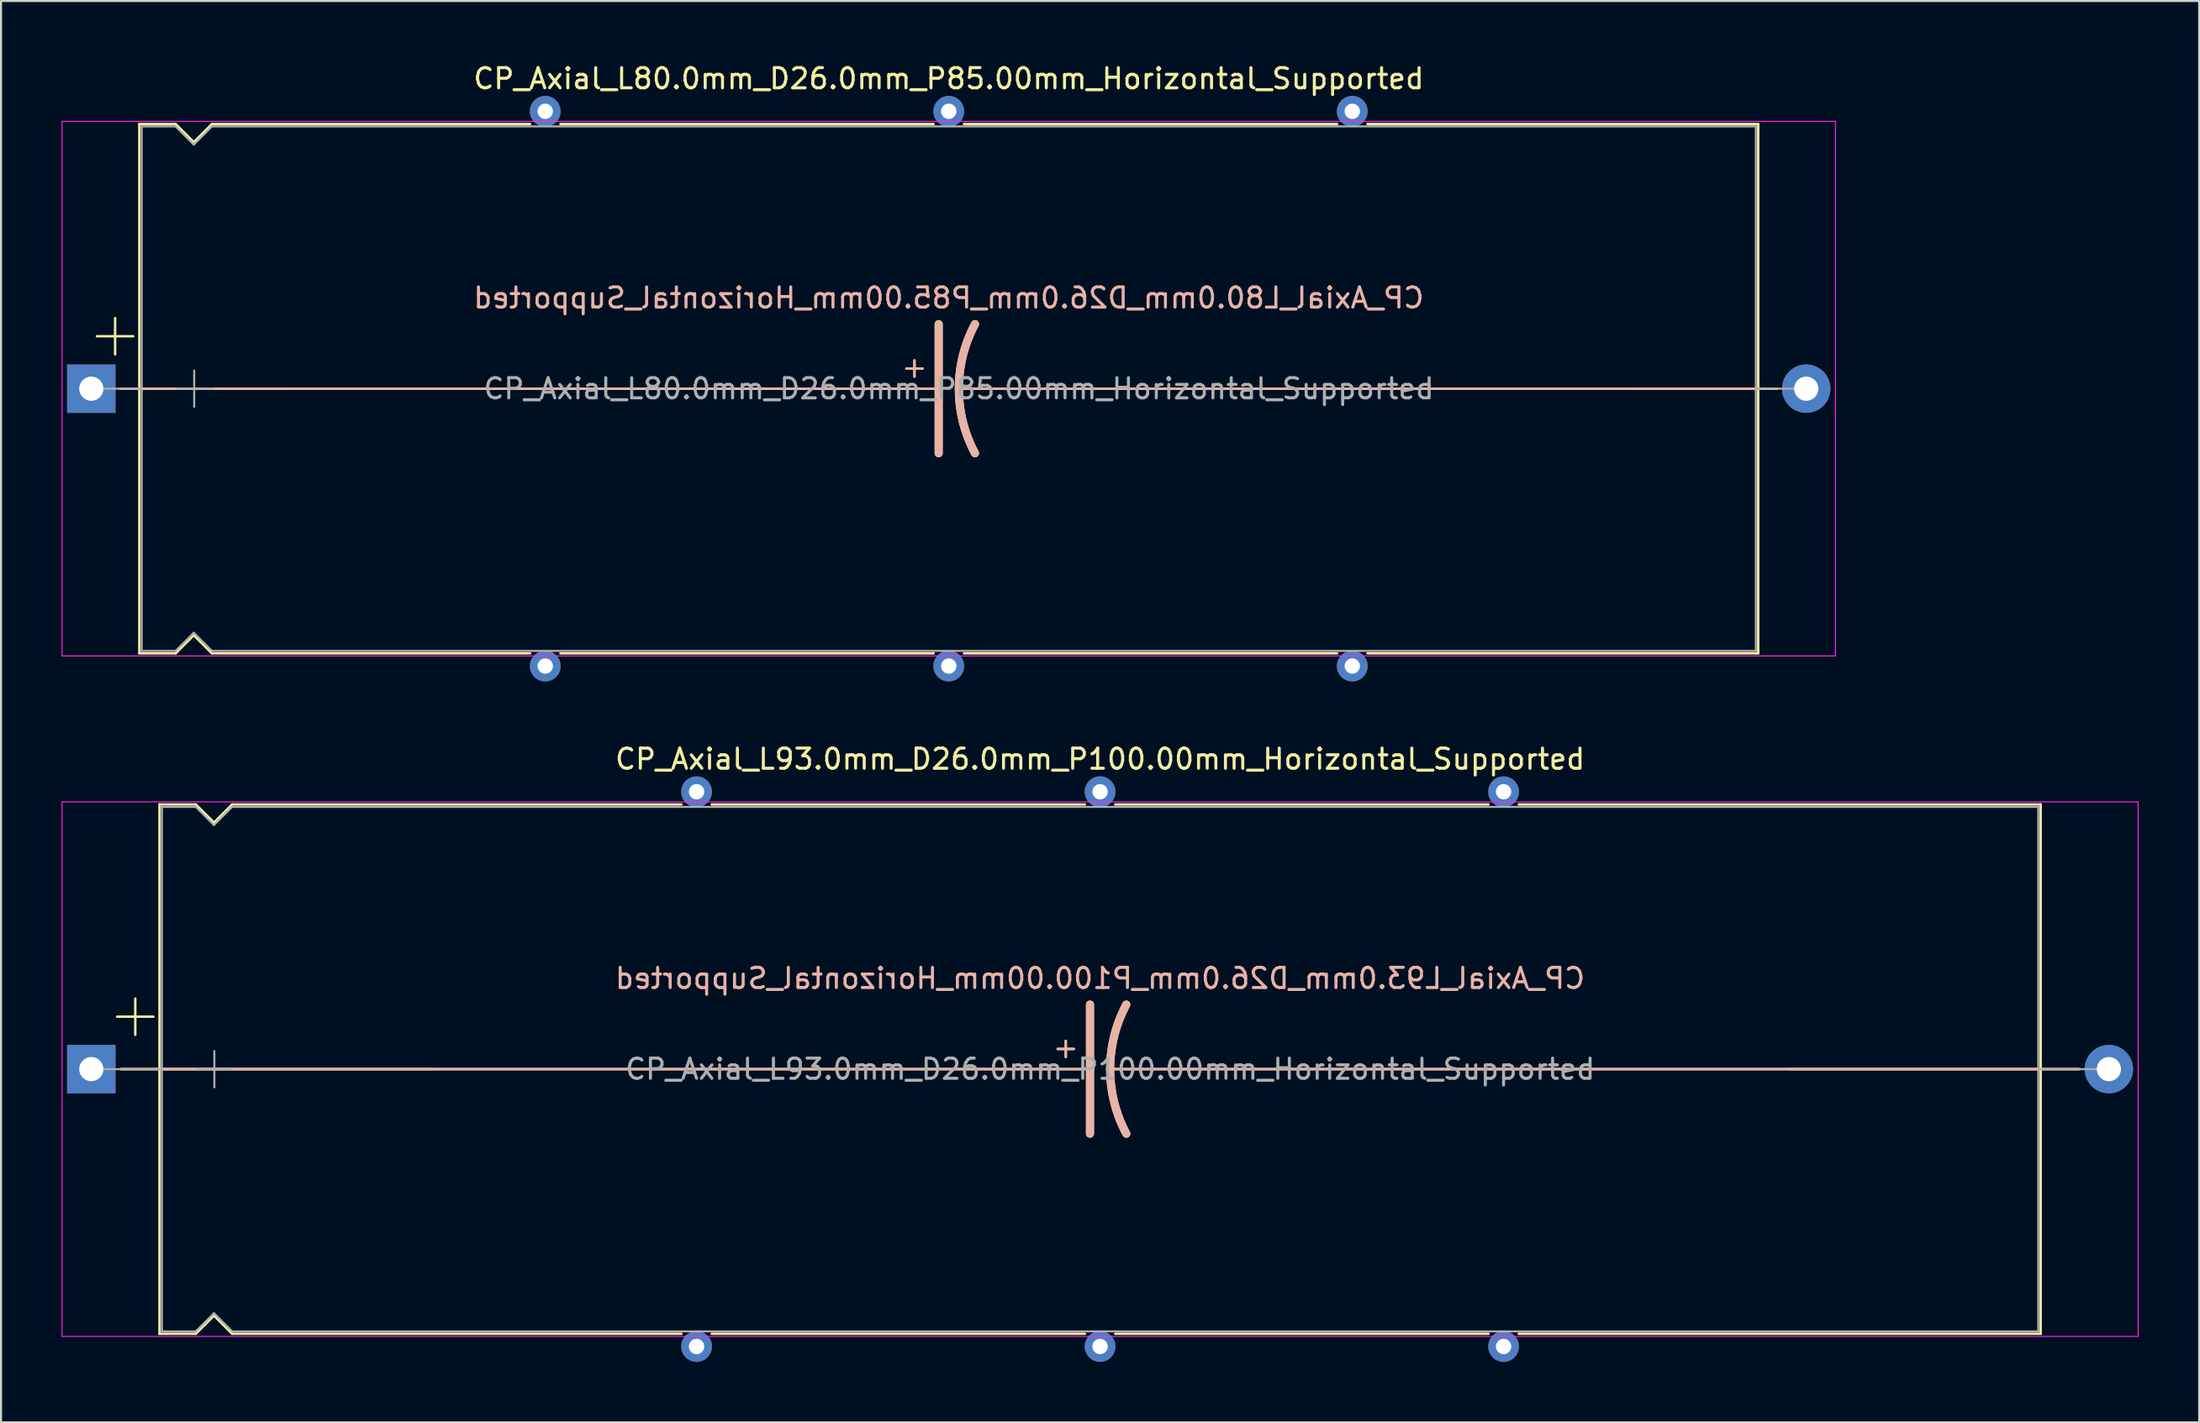
<source format=kicad_pcb>
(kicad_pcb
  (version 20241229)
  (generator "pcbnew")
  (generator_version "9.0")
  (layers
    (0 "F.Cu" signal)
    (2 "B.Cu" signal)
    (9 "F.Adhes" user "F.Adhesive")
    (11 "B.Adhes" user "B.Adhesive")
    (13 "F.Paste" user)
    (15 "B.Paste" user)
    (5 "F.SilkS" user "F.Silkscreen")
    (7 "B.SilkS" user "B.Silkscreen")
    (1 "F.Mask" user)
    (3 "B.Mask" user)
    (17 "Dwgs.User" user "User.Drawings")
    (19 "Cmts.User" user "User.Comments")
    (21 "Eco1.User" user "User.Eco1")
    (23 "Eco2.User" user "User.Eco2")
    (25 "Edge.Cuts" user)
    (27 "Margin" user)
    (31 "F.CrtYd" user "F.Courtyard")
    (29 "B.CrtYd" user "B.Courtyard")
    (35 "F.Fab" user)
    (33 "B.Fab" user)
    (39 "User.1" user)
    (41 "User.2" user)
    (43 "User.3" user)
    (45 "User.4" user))
  (footprint "CP_Axial_L93.0mm_D26.0mm_P100.00mm_Horizontal_Supported"
    (layer "F.Cu")
    (at 1.475 49.949)
    (property "Reference" "CP_Axial_L93.0mm_D26.0mm_P100.00mm_Horizontal_Supported" (at 50 -15.37 0) (layer "F.SilkS") (effects (font (size 1 1) (thickness 0.15))))
    (fp_line (start 1.28 -2.6) (end 3.08 -2.6) (stroke (width 0.12) (type solid)) (layer "F.SilkS"))
    (fp_line (start 1.44 0) (end 3.38 0) (stroke (width 0.12) (type solid)) (layer "F.SilkS"))
    (fp_line (start 2.18 -3.5) (end 2.18 -1.7) (stroke (width 0.12) (type solid)) (layer "F.SilkS"))
    (fp_line (start 3.38 -13.12) (end 3.38 13.12) (stroke (width 0.12) (type solid)) (layer "F.SilkS"))
    (fp_line (start 3.38 -13.12) (end 5.18 -13.12) (stroke (width 0.12) (type solid)) (layer "F.SilkS"))
    (fp_line (start 3.38 0) (end 49.5 0) (stroke (width 0.12) (type solid)) (layer "F.SilkS"))
    (fp_line (start 3.38 13.12) (end 5.18 13.12) (stroke (width 0.12) (type solid)) (layer "F.SilkS"))
    (fp_line (start 5.18 -13.12) (end 6.08 -12.22) (stroke (width 0.12) (type solid)) (layer "F.SilkS"))
    (fp_line (start 5.18 13.12) (end 6.08 12.22) (stroke (width 0.12) (type solid)) (layer "F.SilkS"))
    (fp_line (start 6.08 -12.22) (end 6.98 -13.12) (stroke (width 0.12) (type solid)) (layer "F.SilkS"))
    (fp_line (start 6.08 12.22) (end 6.98 13.12) (stroke (width 0.12) (type solid)) (layer "F.SilkS"))
    (fp_line (start 6.98 -13.12) (end 29.25 -13.12) (stroke (width 0.12) (type solid)) (layer "F.SilkS"))
    (fp_line (start 6.98 13.12) (end 29.25 13.12) (stroke (width 0.12) (type solid)) (layer "F.SilkS"))
    (fp_line (start 30.75 -13.12) (end 49.25 -13.12) (stroke (width 0.12) (type solid)) (layer "F.SilkS"))
    (fp_line (start 30.75 13.12) (end 49.25 13.12) (stroke (width 0.12) (type solid)) (layer "F.SilkS"))
    (fp_line (start 47.9 -1) (end 48.7 -1) (stroke (width 0.12) (type solid)) (layer "F.SilkS"))
    (fp_line (start 48.3 -1.4) (end 48.3 -0.6) (stroke (width 0.12) (type solid)) (layer "F.SilkS"))
    (fp_line (start 49.5 0) (end 49.5 -3.2) (stroke (width 0.4) (type solid)) (layer "F.SilkS"))
    (fp_line (start 49.5 0) (end 49.5 3.2) (stroke (width 0.4) (type solid)) (layer "F.SilkS"))
    (fp_line (start 50.75 -13.12) (end 69.25 -13.12) (stroke (width 0.12) (type solid)) (layer "F.SilkS"))
    (fp_line (start 50.75 13.12) (end 69.25 13.12) (stroke (width 0.12) (type solid)) (layer "F.SilkS"))
    (fp_line (start 70.75 -13.12) (end 96.62 -13.12) (stroke (width 0.12) (type solid)) (layer "F.SilkS"))
    (fp_line (start 70.75 13.12) (end 96.62 13.12) (stroke (width 0.12) (type solid)) (layer "F.SilkS"))
    (fp_line (start 96.62 -13.12) (end 96.62 13.12) (stroke (width 0.12) (type solid)) (layer "F.SilkS"))
    (fp_line (start 96.62 0) (end 50.5 0) (stroke (width 0.12) (type solid)) (layer "F.SilkS"))
    (fp_line (start 98.56 0) (end 96.62 0) (stroke (width 0.12) (type solid)) (layer "F.SilkS"))
    (fp_arc (start 50.5 0) (mid 50.703545 -1.649114) (end 51.3 -3.2) (stroke (width 0.4) (type solid)) (layer "F.SilkS"))
    (fp_arc (start 51.3 3.2) (mid 50.700704 1.649824) (end 50.5 0) (stroke (width 0.4) (type solid)) (layer "F.SilkS"))
    (fp_line (start 1.5 0) (end 16.88 0) (stroke (width 0.12) (type solid)) (layer "B.SilkS"))
    (fp_line (start 3.38 0) (end 49.5 0) (stroke (width 0.12) (type solid)) (layer "B.SilkS"))
    (fp_line (start 47.9 -1) (end 48.7 -1) (stroke (width 0.12) (type solid)) (layer "B.SilkS"))
    (fp_line (start 48.3 -0.6) (end 48.3 -1.4) (stroke (width 0.12) (type solid)) (layer "B.SilkS"))
    (fp_line (start 49.5 0) (end 49.5 -3.2) (stroke (width 0.4) (type solid)) (layer "B.SilkS"))
    (fp_line (start 49.5 0) (end 49.5 3.2) (stroke (width 0.4) (type solid)) (layer "B.SilkS"))
    (fp_line (start 96.62 0) (end 50.5 0) (stroke (width 0.12) (type solid)) (layer "B.SilkS"))
    (fp_line (start 98.5 0) (end 84.12 0) (stroke (width 0.12) (type solid)) (layer "B.SilkS"))
    (fp_arc (start 50.5 0) (mid 50.700703 -1.649824) (end 51.3 -3.2) (stroke (width 0.4) (type solid)) (layer "B.SilkS"))
    (fp_arc (start 51.3 3.2) (mid 50.703544 1.649114) (end 50.5 0) (stroke (width 0.4) (type solid)) (layer "B.SilkS"))
    (fp_line (start -1.45 -13.25) (end -1.45 13.25) (stroke (width 0.05) (type solid)) (layer "F.CrtYd"))
    (fp_line (start -1.45 13.25) (end 101.45 13.25) (stroke (width 0.05) (type solid)) (layer "F.CrtYd"))
    (fp_line (start 101.45 -13.25) (end -1.45 -13.25) (stroke (width 0.05) (type solid)) (layer "F.CrtYd"))
    (fp_line (start 101.45 13.25) (end 101.45 -13.25) (stroke (width 0.05) (type solid)) (layer "F.CrtYd"))
    (fp_line (start 0 0) (end 3.5 0) (stroke (width 0.1) (type solid)) (layer "F.Fab"))
    (fp_line (start 3.5 -13) (end 3.5 13) (stroke (width 0.1) (type solid)) (layer "F.Fab"))
    (fp_line (start 3.5 -13) (end 5.18 -13) (stroke (width 0.1) (type solid)) (layer "F.Fab"))
    (fp_line (start 3.5 13) (end 5.18 13) (stroke (width 0.1) (type solid)) (layer "F.Fab"))
    (fp_line (start 5.18 -13) (end 6.08 -12.1) (stroke (width 0.1) (type solid)) (layer "F.Fab"))
    (fp_line (start 5.18 13) (end 6.08 12.1) (stroke (width 0.1) (type solid)) (layer "F.Fab"))
    (fp_line (start 5.2 0) (end 7 0) (stroke (width 0.1) (type solid)) (layer "F.Fab"))
    (fp_line (start 6.08 -12.1) (end 6.98 -13) (stroke (width 0.1) (type solid)) (layer "F.Fab"))
    (fp_line (start 6.08 12.1) (end 6.98 13) (stroke (width 0.1) (type solid)) (layer "F.Fab"))
    (fp_line (start 6.1 -0.9) (end 6.1 0.9) (stroke (width 0.1) (type solid)) (layer "F.Fab"))
    (fp_line (start 6.98 -13) (end 96.5 -13) (stroke (width 0.1) (type solid)) (layer "F.Fab"))
    (fp_line (start 6.98 13) (end 96.5 13) (stroke (width 0.1) (type solid)) (layer "F.Fab"))
    (fp_line (start 96.5 -13) (end 96.5 13) (stroke (width 0.1) (type solid)) (layer "F.Fab"))
    (fp_line (start 100 0) (end 96.5 0) (stroke (width 0.1) (type solid)) (layer "F.Fab"))
    (fp_text user "${REFERENCE}" (at 50 -4.5 0) (layer "B.SilkS") (effects (font (size 1 1) (thickness 0.15)) (justify mirror)))
    (fp_text user "${REFERENCE}" (at 50.5 0 0) (layer "F.Fab") (effects (font (size 1 1) (thickness 0.15))))
    (pad "" thru_hole circle (at 30 -13.75) (size 1.524 1.524) (drill 0.762) (layers "*.Cu" "*.Mask"))
    (pad "" thru_hole circle (at 30 13.75) (size 1.524 1.524) (drill 0.762) (layers "*.Cu" "*.Mask"))
    (pad "" thru_hole circle (at 50 -13.75) (size 1.524 1.524) (drill 0.762) (layers "*.Cu" "*.Mask"))
    (pad "" thru_hole circle (at 50 13.75) (size 1.524 1.524) (drill 0.762) (layers "*.Cu" "*.Mask"))
    (pad "" thru_hole circle (at 70 -13.75) (size 1.524 1.524) (drill 0.762) (layers "*.Cu" "*.Mask"))
    (pad "" thru_hole circle (at 70 13.75) (size 1.524 1.524) (drill 0.762) (layers "*.Cu" "*.Mask"))
    (pad "1" thru_hole rect (at 0 0) (size 2.4 2.4) (drill 1.2) (layers "*.Cu" "*.Mask"))
    (pad "2" thru_hole oval (at 100 0) (size 2.4 2.4) (drill 1.2) (layers "*.Cu" "*.Mask")))
  (footprint "CP_Axial_L80.0mm_D26.0mm_P85.00mm_Horizontal_Supported"
    (layer "F.Cu")
    (at 1.475 16.218)
    (property "Reference" "CP_Axial_L80.0mm_D26.0mm_P85.00mm_Horizontal_Supported" (at 42.5 -15.37 0) (layer "F.SilkS") (effects (font (size 1 1) (thickness 0.15))))
    (fp_line (start 0.28 -2.6) (end 2.08 -2.6) (stroke (width 0.12) (type solid)) (layer "F.SilkS"))
    (fp_line (start 1.18 -3.5) (end 1.18 -1.7) (stroke (width 0.12) (type solid)) (layer "F.SilkS"))
    (fp_line (start 1.44 0) (end 2.38 0) (stroke (width 0.12) (type solid)) (layer "F.SilkS"))
    (fp_line (start 2.38 -13.12) (end 2.38 13.12) (stroke (width 0.12) (type solid)) (layer "F.SilkS"))
    (fp_line (start 2.38 -13.12) (end 4.18 -13.12) (stroke (width 0.12) (type solid)) (layer "F.SilkS"))
    (fp_line (start 2.38 0) (end 42 0) (stroke (width 0.12) (type solid)) (layer "F.SilkS"))
    (fp_line (start 2.38 13.12) (end 4.18 13.12) (stroke (width 0.12) (type solid)) (layer "F.SilkS"))
    (fp_line (start 4.18 -13.12) (end 5.08 -12.22) (stroke (width 0.12) (type solid)) (layer "F.SilkS"))
    (fp_line (start 4.18 13.12) (end 5.08 12.22) (stroke (width 0.12) (type solid)) (layer "F.SilkS"))
    (fp_line (start 5.08 -12.22) (end 5.98 -13.12) (stroke (width 0.12) (type solid)) (layer "F.SilkS"))
    (fp_line (start 5.08 12.22) (end 5.98 13.12) (stroke (width 0.12) (type solid)) (layer "F.SilkS"))
    (fp_line (start 5.98 -13.12) (end 21.75 -13.12) (stroke (width 0.12) (type solid)) (layer "F.SilkS"))
    (fp_line (start 5.98 13.12) (end 21.75 13.12) (stroke (width 0.12) (type solid)) (layer "F.SilkS"))
    (fp_line (start 23.25 -13.12) (end 41.75 -13.12) (stroke (width 0.12) (type solid)) (layer "F.SilkS"))
    (fp_line (start 23.25 13.12) (end 41.75 13.12) (stroke (width 0.12) (type solid)) (layer "F.SilkS"))
    (fp_line (start 40.4 -1) (end 41.2 -1) (stroke (width 0.12) (type solid)) (layer "F.SilkS"))
    (fp_line (start 40.8 -1.4) (end 40.8 -0.6) (stroke (width 0.12) (type solid)) (layer "F.SilkS"))
    (fp_line (start 42 0) (end 42 -3.2) (stroke (width 0.4) (type solid)) (layer "F.SilkS"))
    (fp_line (start 42 0) (end 42 3.2) (stroke (width 0.4) (type solid)) (layer "F.SilkS"))
    (fp_line (start 43.25 -13.12) (end 61.75 -13.12) (stroke (width 0.12) (type solid)) (layer "F.SilkS"))
    (fp_line (start 43.25 13.12) (end 61.75 13.12) (stroke (width 0.12) (type solid)) (layer "F.SilkS"))
    (fp_line (start 63.25 -13.12) (end 82.62 -13.12) (stroke (width 0.12) (type solid)) (layer "F.SilkS"))
    (fp_line (start 63.25 13.12) (end 82.62 13.12) (stroke (width 0.12) (type solid)) (layer "F.SilkS"))
    (fp_line (start 82.62 -13.12) (end 82.62 13.12) (stroke (width 0.12) (type solid)) (layer "F.SilkS"))
    (fp_line (start 82.62 0) (end 43 0) (stroke (width 0.12) (type solid)) (layer "F.SilkS"))
    (fp_line (start 83.56 0) (end 82.62 0) (stroke (width 0.12) (type solid)) (layer "F.SilkS"))
    (fp_arc (start 43 0) (mid 43.203545 -1.649114) (end 43.8 -3.2) (stroke (width 0.4) (type solid)) (layer "F.SilkS"))
    (fp_arc (start 43.8 3.2) (mid 43.200704 1.649824) (end 43 0) (stroke (width 0.4) (type solid)) (layer "F.SilkS"))
    (fp_line (start 1.5 0) (end 9.38 0) (stroke (width 0.12) (type solid)) (layer "B.SilkS"))
    (fp_line (start 2.38 0) (end 42 0) (stroke (width 0.12) (type solid)) (layer "B.SilkS"))
    (fp_line (start 40.4 -1) (end 41.2 -1) (stroke (width 0.12) (type solid)) (layer "B.SilkS"))
    (fp_line (start 40.8 -0.6) (end 40.8 -1.4) (stroke (width 0.12) (type solid)) (layer "B.SilkS"))
    (fp_line (start 42 0) (end 42 -3.2) (stroke (width 0.4) (type solid)) (layer "B.SilkS"))
    (fp_line (start 42 0) (end 42 3.2) (stroke (width 0.4) (type solid)) (layer "B.SilkS"))
    (fp_line (start 82.62 0) (end 43 0) (stroke (width 0.12) (type solid)) (layer "B.SilkS"))
    (fp_line (start 83.5 0) (end 76.62 0) (stroke (width 0.12) (type solid)) (layer "B.SilkS"))
    (fp_arc (start 43 0) (mid 43.200703 -1.649824) (end 43.8 -3.2) (stroke (width 0.4) (type solid)) (layer "B.SilkS"))
    (fp_arc (start 43.8 3.2) (mid 43.203544 1.649114) (end 43 0) (stroke (width 0.4) (type solid)) (layer "B.SilkS"))
    (fp_line (start -1.45 -13.25) (end -1.45 13.25) (stroke (width 0.05) (type solid)) (layer "F.CrtYd"))
    (fp_line (start -1.45 13.25) (end 86.45 13.25) (stroke (width 0.05) (type solid)) (layer "F.CrtYd"))
    (fp_line (start 86.45 -13.25) (end -1.45 -13.25) (stroke (width 0.05) (type solid)) (layer "F.CrtYd"))
    (fp_line (start 86.45 13.25) (end 86.45 -13.25) (stroke (width 0.05) (type solid)) (layer "F.CrtYd"))
    (fp_line (start 0 0) (end 2.5 0) (stroke (width 0.1) (type solid)) (layer "F.Fab"))
    (fp_line (start 2.5 -13) (end 2.5 13) (stroke (width 0.1) (type solid)) (layer "F.Fab"))
    (fp_line (start 2.5 -13) (end 4.18 -13) (stroke (width 0.1) (type solid)) (layer "F.Fab"))
    (fp_line (start 2.5 13) (end 4.18 13) (stroke (width 0.1) (type solid)) (layer "F.Fab"))
    (fp_line (start 4.18 -13) (end 5.08 -12.1) (stroke (width 0.1) (type solid)) (layer "F.Fab"))
    (fp_line (start 4.18 13) (end 5.08 12.1) (stroke (width 0.1) (type solid)) (layer "F.Fab"))
    (fp_line (start 4.2 0) (end 6 0) (stroke (width 0.1) (type solid)) (layer "F.Fab"))
    (fp_line (start 5.08 -12.1) (end 5.98 -13) (stroke (width 0.1) (type solid)) (layer "F.Fab"))
    (fp_line (start 5.08 12.1) (end 5.98 13) (stroke (width 0.1) (type solid)) (layer "F.Fab"))
    (fp_line (start 5.1 -0.9) (end 5.1 0.9) (stroke (width 0.1) (type solid)) (layer "F.Fab"))
    (fp_line (start 5.98 -13) (end 82.5 -13) (stroke (width 0.1) (type solid)) (layer "F.Fab"))
    (fp_line (start 5.98 13) (end 82.5 13) (stroke (width 0.1) (type solid)) (layer "F.Fab"))
    (fp_line (start 82.5 -13) (end 82.5 13) (stroke (width 0.1) (type solid)) (layer "F.Fab"))
    (fp_line (start 85 0) (end 82.5 0) (stroke (width 0.1) (type solid)) (layer "F.Fab"))
    (fp_text user "${REFERENCE}" (at 42.5 -4.5 0) (layer "B.SilkS") (effects (font (size 1 1) (thickness 0.15)) (justify mirror)))
    (fp_text user "${REFERENCE}" (at 43 0 0) (layer "F.Fab") (effects (font (size 1 1) (thickness 0.15))))
    (pad "" thru_hole circle (at 22.5 -13.75) (size 1.524 1.524) (drill 0.762) (layers "*.Cu" "*.Mask"))
    (pad "" thru_hole circle (at 22.5 13.75) (size 1.524 1.524) (drill 0.762) (layers "*.Cu" "*.Mask"))
    (pad "" thru_hole circle (at 42.5 -13.75) (size 1.524 1.524) (drill 0.762) (layers "*.Cu" "*.Mask"))
    (pad "" thru_hole circle (at 42.5 13.75) (size 1.524 1.524) (drill 0.762) (layers "*.Cu" "*.Mask"))
    (pad "" thru_hole circle (at 62.5 -13.75) (size 1.524 1.524) (drill 0.762) (layers "*.Cu" "*.Mask"))
    (pad "" thru_hole circle (at 62.5 13.75) (size 1.524 1.524) (drill 0.762) (layers "*.Cu" "*.Mask"))
    (pad "1" thru_hole rect (at 0 0) (size 2.4 2.4) (drill 1.2) (layers "*.Cu" "*.Mask"))
    (pad "2" thru_hole oval (at 85 0) (size 2.4 2.4) (drill 1.2) (layers "*.Cu" "*.Mask")))
  (gr_rect
    (start -3 -3)
    (end 105.95 67.46)
    (stroke (width 0.1) (type default))
    (fill no)
    (layer "Edge.Cuts")))
</source>
